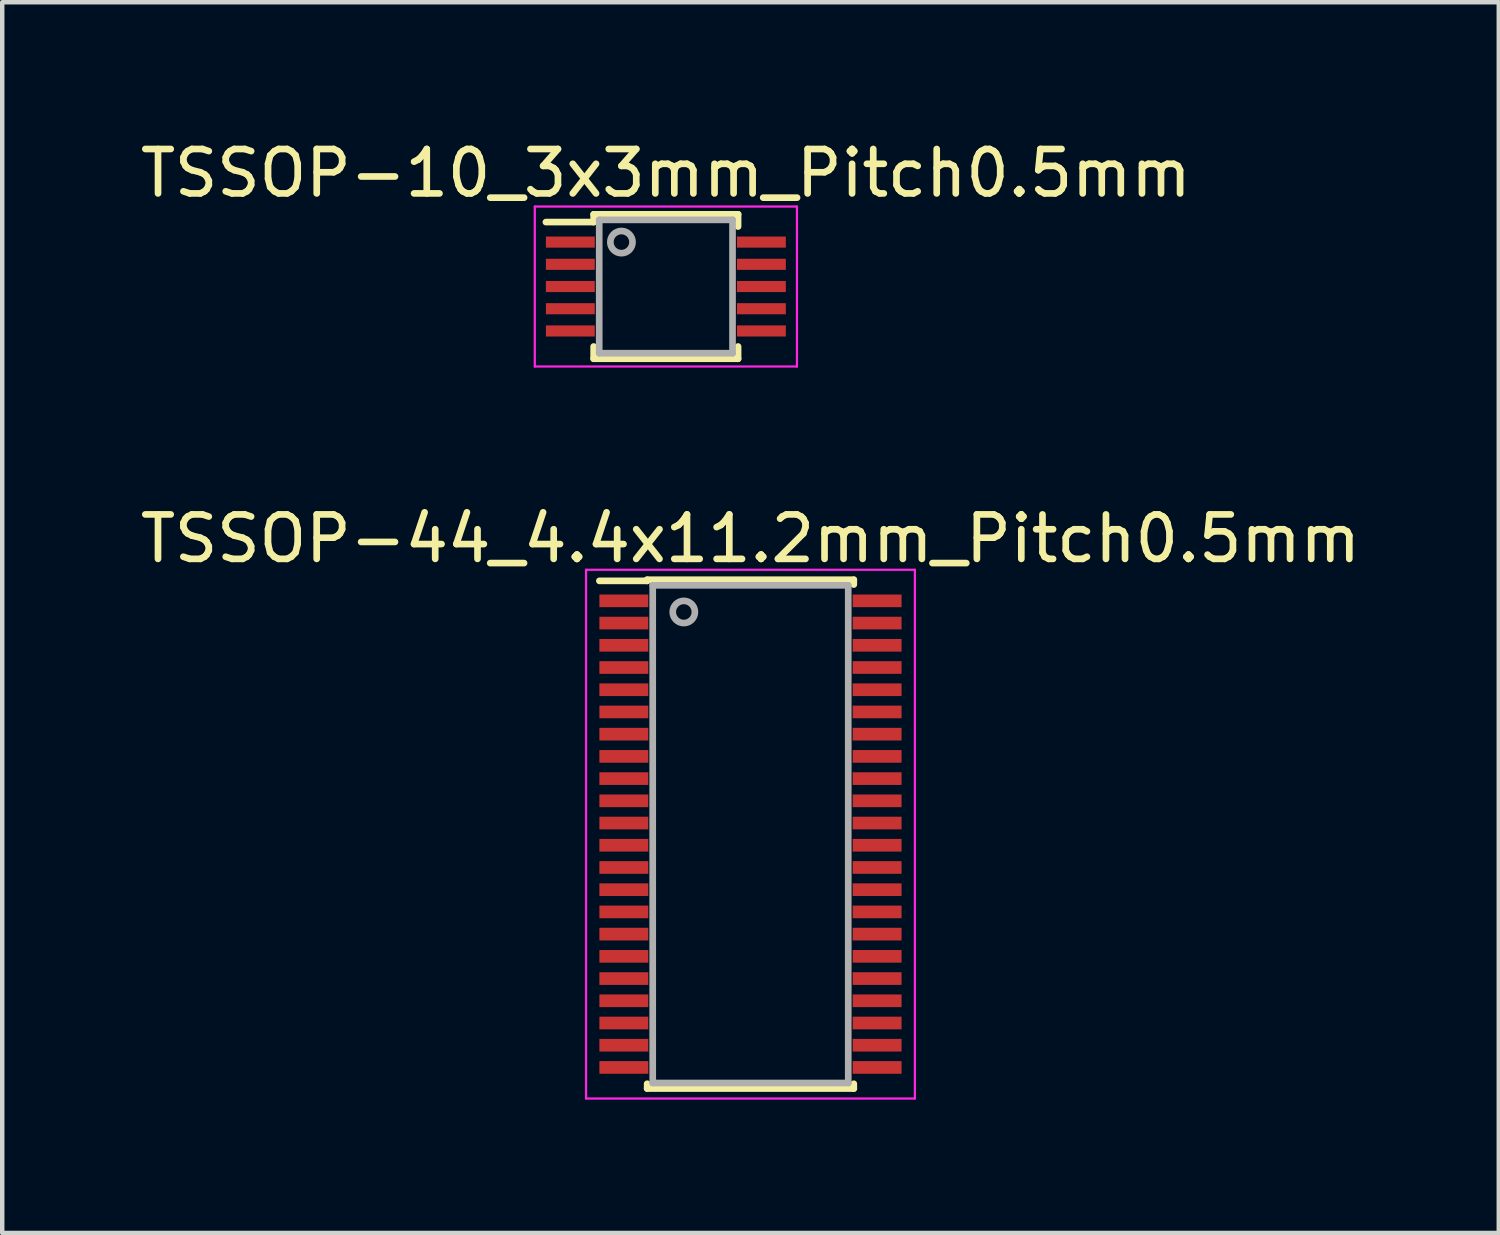
<source format=kicad_pcb>
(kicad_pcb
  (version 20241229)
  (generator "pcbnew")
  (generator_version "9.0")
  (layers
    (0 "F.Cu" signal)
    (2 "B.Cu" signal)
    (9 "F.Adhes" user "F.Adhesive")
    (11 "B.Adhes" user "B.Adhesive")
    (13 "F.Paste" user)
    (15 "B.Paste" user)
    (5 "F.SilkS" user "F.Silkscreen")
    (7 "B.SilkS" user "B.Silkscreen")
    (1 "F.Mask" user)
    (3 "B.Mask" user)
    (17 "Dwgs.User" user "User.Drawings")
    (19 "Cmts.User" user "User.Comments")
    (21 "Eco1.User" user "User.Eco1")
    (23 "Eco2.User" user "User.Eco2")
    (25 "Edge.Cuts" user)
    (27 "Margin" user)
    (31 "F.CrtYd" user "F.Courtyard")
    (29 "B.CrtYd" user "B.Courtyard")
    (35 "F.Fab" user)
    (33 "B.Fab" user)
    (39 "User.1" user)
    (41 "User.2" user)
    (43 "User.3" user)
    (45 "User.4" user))
  (footprint "TSSOP-10_3x3mm_Pitch0.5mm"
    (layer "F.Cu")
    (at 11.935 3.398)
    (property "Reference" "TSSOP-10_3x3mm_Pitch0.5mm" (at 0 -2.55 0) (layer "F.SilkS") (effects (font (size 1 1) (thickness 0.15))))
    (attr smd)
    (fp_line (start -1.625 -1.625) (end -1.625 -1.45) (stroke (width 0.15) (type solid)) (layer "F.SilkS"))
    (fp_line (start -1.625 -1.625) (end 1.625 -1.625) (stroke (width 0.15) (type solid)) (layer "F.SilkS"))
    (fp_line (start -1.625 -1.45) (end -2.7 -1.45) (stroke (width 0.15) (type solid)) (layer "F.SilkS"))
    (fp_line (start -1.625 1.625) (end -1.625 1.35) (stroke (width 0.15) (type solid)) (layer "F.SilkS"))
    (fp_line (start -1.625 1.625) (end 1.625 1.625) (stroke (width 0.15) (type solid)) (layer "F.SilkS"))
    (fp_line (start 1.625 -1.625) (end 1.625 -1.35) (stroke (width 0.15) (type solid)) (layer "F.SilkS"))
    (fp_line (start 1.625 1.625) (end 1.625 1.35) (stroke (width 0.15) (type solid)) (layer "F.SilkS"))
    (fp_line (start -2.95 -1.8) (end -2.95 1.8) (stroke (width 0.05) (type solid)) (layer "F.CrtYd"))
    (fp_line (start -2.95 -1.8) (end 2.95 -1.8) (stroke (width 0.05) (type solid)) (layer "F.CrtYd"))
    (fp_line (start -2.95 1.8) (end 2.95 1.8) (stroke (width 0.05) (type solid)) (layer "F.CrtYd"))
    (fp_line (start 2.95 -1.8) (end 2.95 1.8) (stroke (width 0.05) (type solid)) (layer "F.CrtYd"))
    (fp_line (start -1.5 -1.5) (end -1.5 1.5) (stroke (width 0.15) (type solid)) (layer "F.Fab"))
    (fp_line (start -1.5 1.5) (end 1.5 1.5) (stroke (width 0.15) (type solid)) (layer "F.Fab"))
    (fp_line (start 1.5 -1.5) (end -1.5 -1.5) (stroke (width 0.15) (type solid)) (layer "F.Fab"))
    (fp_line (start 1.5 1.5) (end 1.5 -1.5) (stroke (width 0.15) (type solid)) (layer "F.Fab"))
    (fp_circle (center -1 -1) (end -1.25 -1) (stroke (width 0.15) (type solid)) (fill no) (layer "F.Fab"))
    (pad "1" smd rect (at -2.15 -1) (size 1.1 0.25) (layers "F.Cu" "F.Mask" "F.Paste"))
    (pad "2" smd rect (at -2.15 -0.5) (size 1.1 0.25) (layers "F.Cu" "F.Mask" "F.Paste"))
    (pad "3" smd rect (at -2.15 0) (size 1.1 0.25) (layers "F.Cu" "F.Mask" "F.Paste"))
    (pad "4" smd rect (at -2.15 0.5) (size 1.1 0.25) (layers "F.Cu" "F.Mask" "F.Paste"))
    (pad "5" smd rect (at -2.15 1) (size 1.1 0.25) (layers "F.Cu" "F.Mask" "F.Paste"))
    (pad "6" smd rect (at 2.15 1) (size 1.1 0.25) (layers "F.Cu" "F.Mask" "F.Paste"))
    (pad "7" smd rect (at 2.15 0.5) (size 1.1 0.25) (layers "F.Cu" "F.Mask" "F.Paste"))
    (pad "8" smd rect (at 2.15 0) (size 1.1 0.25) (layers "F.Cu" "F.Mask" "F.Paste"))
    (pad "9" smd rect (at 2.15 -0.5) (size 1.1 0.25) (layers "F.Cu" "F.Mask" "F.Paste"))
    (pad "10" smd rect (at 2.15 -1) (size 1.1 0.25) (layers "F.Cu" "F.Mask" "F.Paste")))
  (footprint "TSSOP-44_4.4x11.2mm_Pitch0.5mm"
    (layer "F.Cu")
    (at 13.839 15.722)
    (property "Reference" "TSSOP-44_4.4x11.2mm_Pitch0.5mm" (at 0 -6.65 0) (layer "F.SilkS") (effects (font (size 1 1) (thickness 0.15))))
    (attr smd)
    (fp_line (start -2.325 -5.725) (end -2.325 -5.7) (stroke (width 0.15) (type solid)) (layer "F.SilkS"))
    (fp_line (start -2.325 -5.725) (end 2.325 -5.725) (stroke (width 0.15) (type solid)) (layer "F.SilkS"))
    (fp_line (start -2.325 -5.7) (end -3.4 -5.7) (stroke (width 0.15) (type solid)) (layer "F.SilkS"))
    (fp_line (start -2.325 5.725) (end -2.325 5.617) (stroke (width 0.15) (type solid)) (layer "F.SilkS"))
    (fp_line (start -2.325 5.725) (end 2.325 5.725) (stroke (width 0.15) (type solid)) (layer "F.SilkS"))
    (fp_line (start 2.325 -5.725) (end 2.325 -5.617) (stroke (width 0.15) (type solid)) (layer "F.SilkS"))
    (fp_line (start 2.325 5.725) (end 2.325 5.617) (stroke (width 0.15) (type solid)) (layer "F.SilkS"))
    (fp_line (start -3.7 -5.95) (end -3.7 5.95) (stroke (width 0.05) (type solid)) (layer "F.CrtYd"))
    (fp_line (start -3.7 -5.95) (end 3.7 -5.95) (stroke (width 0.05) (type solid)) (layer "F.CrtYd"))
    (fp_line (start -3.7 5.95) (end 3.7 5.95) (stroke (width 0.05) (type solid)) (layer "F.CrtYd"))
    (fp_line (start 3.7 -5.95) (end 3.7 5.95) (stroke (width 0.05) (type solid)) (layer "F.CrtYd"))
    (fp_line (start -2.2 -5.6) (end 2.2 -5.6) (stroke (width 0.15) (type solid)) (layer "F.Fab"))
    (fp_line (start -2.2 5.6) (end -2.2 -5.6) (stroke (width 0.15) (type solid)) (layer "F.Fab"))
    (fp_line (start 2.2 -5.6) (end 2.2 5.6) (stroke (width 0.15) (type solid)) (layer "F.Fab"))
    (fp_line (start 2.2 5.6) (end -2.2 5.6) (stroke (width 0.15) (type solid)) (layer "F.Fab"))
    (fp_circle (center -1.5 -5) (end -1.75 -5) (stroke (width 0.15) (type solid)) (fill no) (layer "F.Fab"))
    (pad "1" smd rect (at -2.85 -5.25) (size 1.1 0.285) (layers "F.Cu" "F.Mask" "F.Paste"))
    (pad "2" smd rect (at -2.85 -4.75) (size 1.1 0.285) (layers "F.Cu" "F.Mask" "F.Paste"))
    (pad "3" smd rect (at -2.85 -4.25) (size 1.1 0.285) (layers "F.Cu" "F.Mask" "F.Paste"))
    (pad "4" smd rect (at -2.85 -3.75) (size 1.1 0.285) (layers "F.Cu" "F.Mask" "F.Paste"))
    (pad "5" smd rect (at -2.85 -3.25) (size 1.1 0.285) (layers "F.Cu" "F.Mask" "F.Paste"))
    (pad "6" smd rect (at -2.85 -2.75) (size 1.1 0.285) (layers "F.Cu" "F.Mask" "F.Paste"))
    (pad "7" smd rect (at -2.85 -2.25) (size 1.1 0.285) (layers "F.Cu" "F.Mask" "F.Paste"))
    (pad "8" smd rect (at -2.85 -1.75) (size 1.1 0.285) (layers "F.Cu" "F.Mask" "F.Paste"))
    (pad "9" smd rect (at -2.85 -1.25) (size 1.1 0.285) (layers "F.Cu" "F.Mask" "F.Paste"))
    (pad "10" smd rect (at -2.85 -0.75) (size 1.1 0.285) (layers "F.Cu" "F.Mask" "F.Paste"))
    (pad "11" smd rect (at -2.85 -0.25) (size 1.1 0.285) (layers "F.Cu" "F.Mask" "F.Paste"))
    (pad "12" smd rect (at -2.85 0.25) (size 1.1 0.285) (layers "F.Cu" "F.Mask" "F.Paste"))
    (pad "13" smd rect (at -2.85 0.75) (size 1.1 0.285) (layers "F.Cu" "F.Mask" "F.Paste"))
    (pad "14" smd rect (at -2.85 1.25) (size 1.1 0.285) (layers "F.Cu" "F.Mask" "F.Paste"))
    (pad "15" smd rect (at -2.85 1.75) (size 1.1 0.285) (layers "F.Cu" "F.Mask" "F.Paste"))
    (pad "16" smd rect (at -2.85 2.25) (size 1.1 0.285) (layers "F.Cu" "F.Mask" "F.Paste"))
    (pad "17" smd rect (at -2.85 2.75) (size 1.1 0.285) (layers "F.Cu" "F.Mask" "F.Paste"))
    (pad "18" smd rect (at -2.85 3.25) (size 1.1 0.285) (layers "F.Cu" "F.Mask" "F.Paste"))
    (pad "19" smd rect (at -2.85 3.75) (size 1.1 0.285) (layers "F.Cu" "F.Mask" "F.Paste"))
    (pad "20" smd rect (at -2.85 4.25) (size 1.1 0.285) (layers "F.Cu" "F.Mask" "F.Paste"))
    (pad "21" smd rect (at -2.85 4.75) (size 1.1 0.285) (layers "F.Cu" "F.Mask" "F.Paste"))
    (pad "22" smd rect (at -2.85 5.25) (size 1.1 0.285) (layers "F.Cu" "F.Mask" "F.Paste"))
    (pad "23" smd rect (at 2.85 5.25) (size 1.1 0.285) (layers "F.Cu" "F.Mask" "F.Paste"))
    (pad "24" smd rect (at 2.85 4.75) (size 1.1 0.285) (layers "F.Cu" "F.Mask" "F.Paste"))
    (pad "25" smd rect (at 2.85 4.25) (size 1.1 0.285) (layers "F.Cu" "F.Mask" "F.Paste"))
    (pad "26" smd rect (at 2.85 3.75) (size 1.1 0.285) (layers "F.Cu" "F.Mask" "F.Paste"))
    (pad "27" smd rect (at 2.85 3.25) (size 1.1 0.285) (layers "F.Cu" "F.Mask" "F.Paste"))
    (pad "28" smd rect (at 2.85 2.75) (size 1.1 0.285) (layers "F.Cu" "F.Mask" "F.Paste"))
    (pad "29" smd rect (at 2.85 2.25) (size 1.1 0.285) (layers "F.Cu" "F.Mask" "F.Paste"))
    (pad "30" smd rect (at 2.85 1.75) (size 1.1 0.285) (layers "F.Cu" "F.Mask" "F.Paste"))
    (pad "31" smd rect (at 2.85 1.25) (size 1.1 0.285) (layers "F.Cu" "F.Mask" "F.Paste"))
    (pad "32" smd rect (at 2.85 0.75) (size 1.1 0.285) (layers "F.Cu" "F.Mask" "F.Paste"))
    (pad "33" smd rect (at 2.85 0.25) (size 1.1 0.285) (layers "F.Cu" "F.Mask" "F.Paste"))
    (pad "34" smd rect (at 2.85 -0.25) (size 1.1 0.285) (layers "F.Cu" "F.Mask" "F.Paste"))
    (pad "35" smd rect (at 2.85 -0.75) (size 1.1 0.285) (layers "F.Cu" "F.Mask" "F.Paste"))
    (pad "36" smd rect (at 2.85 -1.25) (size 1.1 0.285) (layers "F.Cu" "F.Mask" "F.Paste"))
    (pad "37" smd rect (at 2.85 -1.75) (size 1.1 0.285) (layers "F.Cu" "F.Mask" "F.Paste"))
    (pad "38" smd rect (at 2.85 -2.25) (size 1.1 0.285) (layers "F.Cu" "F.Mask" "F.Paste"))
    (pad "39" smd rect (at 2.85 -2.75) (size 1.1 0.285) (layers "F.Cu" "F.Mask" "F.Paste"))
    (pad "40" smd rect (at 2.85 -3.25) (size 1.1 0.285) (layers "F.Cu" "F.Mask" "F.Paste"))
    (pad "41" smd rect (at 2.85 -3.75) (size 1.1 0.285) (layers "F.Cu" "F.Mask" "F.Paste"))
    (pad "42" smd rect (at 2.85 -4.25) (size 1.1 0.285) (layers "F.Cu" "F.Mask" "F.Paste"))
    (pad "43" smd rect (at 2.85 -4.75) (size 1.1 0.285) (layers "F.Cu" "F.Mask" "F.Paste"))
    (pad "44" smd rect (at 2.85 -5.25) (size 1.1 0.285) (layers "F.Cu" "F.Mask" "F.Paste")))
  (gr_rect
    (start -3 -3)
    (end 30.679 24.697)
    (stroke (width 0.1) (type default))
    (fill no)
    (layer "Edge.Cuts")))
</source>
